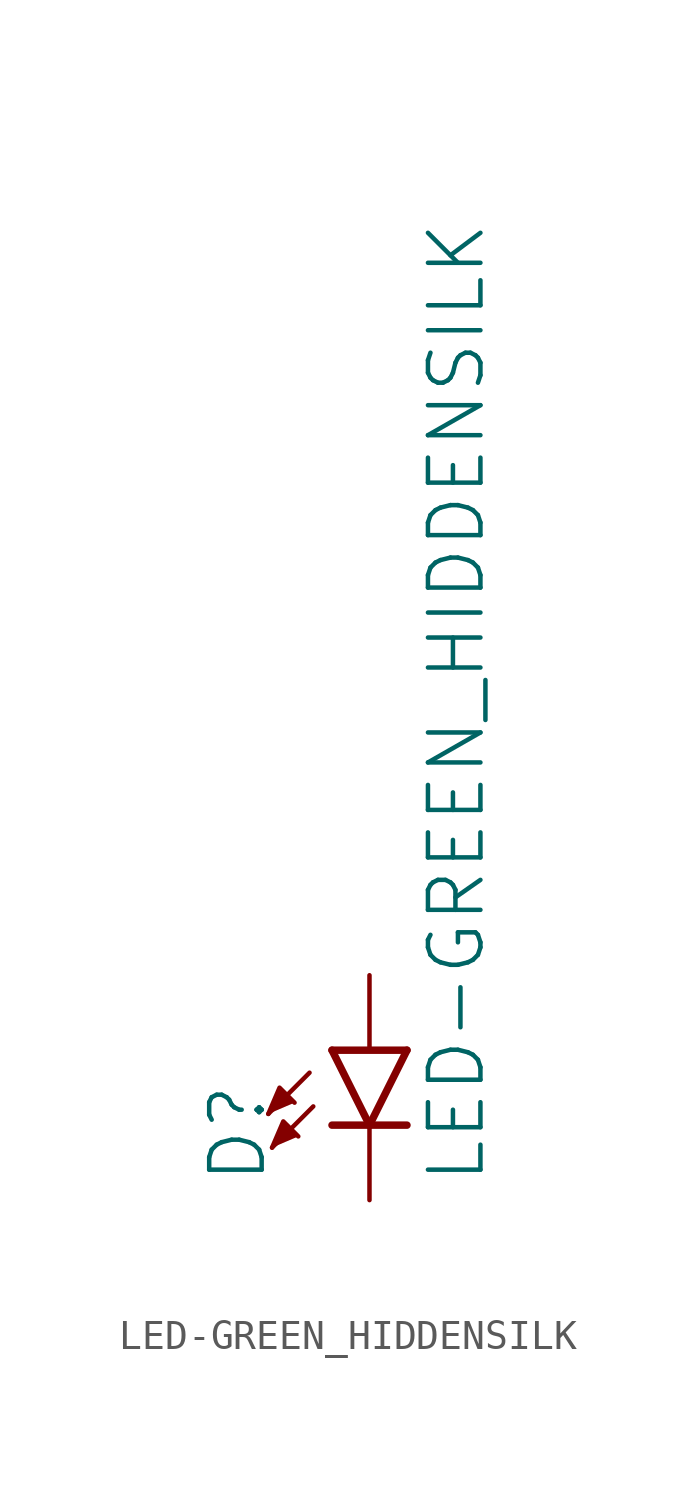
<source format=kicad_sym>
(kicad_symbol_lib
  (version 20211014)
  (generator kicad_symbol_editor)
  (symbol "LED-GREEN_HIDDENSILK"
    (property "Reference" "D"
      (at -3.429 -4.572 90)
      (effects (font (size 1.778 1.778)) (justify left bottom)))
    (property "Value" "LED-GREEN_HIDDENSILK"
      (at 1.905 -4.572 90)
      (effects (font (size 1.778 1.778)) (justify left top)))
    (property "ki_locked" ""
      (at 0 0 0)
      (effects (font (size 1.27 1.27))))
    (symbol "LED-GREEN_HIDDENSILK_1_0"
      (polyline (pts (xy -2.032 -0.762) (xy -3.429 -2.159)) (stroke (width 0.152) (type default) (color 0 0 0 0)) (fill (type none)))
      (polyline (pts (xy -1.905 -1.905) (xy -3.302 -3.302)) (stroke (width 0.152) (type default) (color 0 0 0 0)) (fill (type none)))
      (polyline (pts (xy 0 -2.54) (xy -1.27 -2.54)) (stroke (width 0.254) (type default) (color 0 0 0 0)) (fill (type none)))
      (polyline (pts (xy 0 -2.54) (xy -1.27 0)) (stroke (width 0.254) (type default) (color 0 0 0 0)) (fill (type none)))
      (polyline (pts (xy 1.27 -2.54) (xy 0 -2.54)) (stroke (width 0.254) (type default) (color 0 0 0 0)) (fill (type none)))
      (polyline (pts (xy 1.27 0) (xy -1.27 0)) (stroke (width 0.254) (type default) (color 0 0 0 0)) (fill (type none)))
      (polyline (pts (xy 1.27 0) (xy 0 -2.54)) (stroke (width 0.254) (type default) (color 0 0 0 0)) (fill (type none)))
      (polyline (pts (xy -3.429 -2.159) (xy -3.048 -1.27) (xy -2.54 -1.778)) (stroke (width 0) (type default) (color 0 0 0 0)) (fill (type outline)))
      (polyline (pts (xy -3.302 -3.302) (xy -2.921 -2.413) (xy -2.413 -2.921)) (stroke (width 0) (type default) (color 0 0 0 0)) (fill (type outline)))
      (pin passive line (at 0 2.54 270) (length 2.54) (name "A" (effects (font (size 0 0)))) (number "A" (effects (font (size 0 0)))))
      (pin passive line (at 0 -5.08 90) (length 2.54) (name "C" (effects (font (size 0 0)))) (number "C" (effects (font (size 0 0))))))))
</source>
